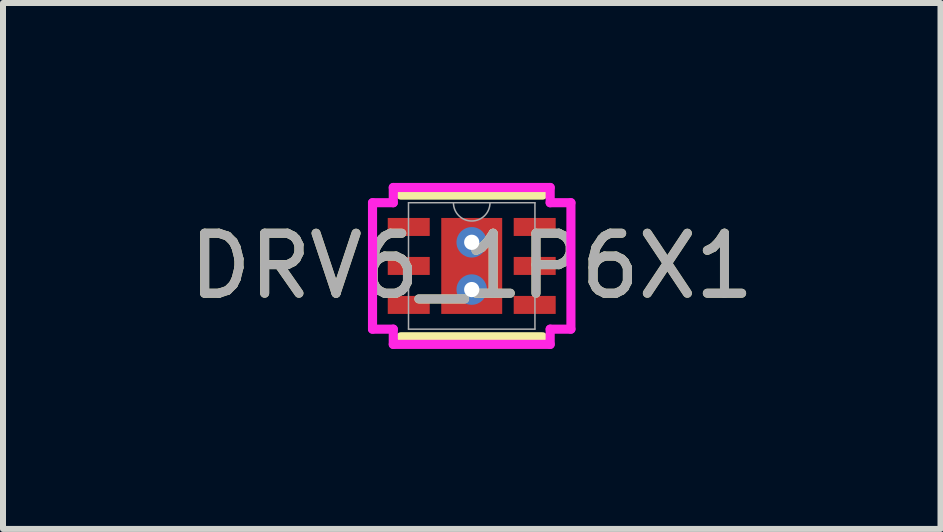
<source format=kicad_pcb>
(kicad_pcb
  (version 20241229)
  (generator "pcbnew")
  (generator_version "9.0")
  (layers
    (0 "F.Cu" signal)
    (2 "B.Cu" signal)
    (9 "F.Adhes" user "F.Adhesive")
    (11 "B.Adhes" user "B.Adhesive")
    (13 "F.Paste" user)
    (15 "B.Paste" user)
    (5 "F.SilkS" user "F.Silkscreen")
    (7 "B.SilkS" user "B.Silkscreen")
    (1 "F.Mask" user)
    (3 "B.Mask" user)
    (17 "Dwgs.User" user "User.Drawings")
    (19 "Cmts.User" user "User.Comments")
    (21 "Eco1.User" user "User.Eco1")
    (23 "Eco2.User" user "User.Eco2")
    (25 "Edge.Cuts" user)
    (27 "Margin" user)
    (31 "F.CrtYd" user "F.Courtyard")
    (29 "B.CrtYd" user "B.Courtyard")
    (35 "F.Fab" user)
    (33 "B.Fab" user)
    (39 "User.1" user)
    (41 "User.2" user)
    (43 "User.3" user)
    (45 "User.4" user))
  (footprint "DRV6_1P6X1"
    (layer "F.Cu")
    (at 4.815 1.384)
    (property "Reference" "DRV6_1P6X1" (at 0 0 0) (unlocked yes) (layer "F.SilkS") (effects (font (size 1 1) (thickness 0.15))))
    (attr smd)
    (fp_poly (pts (xy -0.572 -0.864) (xy -0.2 -0.864) (xy -0.2 0.864) (xy -0.572 0.864)) (stroke (width 0) (type solid)) (fill yes) (layer "F.Mask"))
    (fp_poly (pts (xy -0.572 -0.864) (xy 0.572 -0.864) (xy 0.572 -0.594) (xy -0.572 -0.594)) (stroke (width 0) (type solid)) (fill yes) (layer "F.Mask"))
    (fp_poly (pts (xy -0.572 -0.194) (xy 0.572 -0.194) (xy 0.572 0.194) (xy -0.572 0.194)) (stroke (width 0) (type solid)) (fill yes) (layer "F.Mask"))
    (fp_poly (pts (xy -0.572 0.594) (xy 0.572 0.594) (xy 0.572 0.864) (xy -0.572 0.864)) (stroke (width 0) (type solid)) (fill yes) (layer "F.Mask"))
    (fp_poly (pts (xy 0.2 -0.864) (xy 0.572 -0.864) (xy 0.572 0.864) (xy 0.2 0.864)) (stroke (width 0) (type solid)) (fill yes) (layer "F.Mask"))
    (fp_line (start -1.181 1.181) (end 1.181 1.181) (stroke (width 0.152) (type solid)) (layer "F.SilkS"))
    (fp_line (start 1.181 -1.181) (end -1.181 -1.181) (stroke (width 0.152) (type solid)) (layer "F.SilkS"))
    (fp_poly (pts (xy -0.433 -0.725) (xy -0.433 -0.494) (xy -0.241 -0.494) (xy -0.1 -0.635) (xy -0.1 -0.725)) (stroke (width 0) (type solid)) (fill yes) (layer "F.Paste"))
    (fp_poly (pts (xy -0.433 0.494) (xy -0.433 0.725) (xy -0.1 0.725) (xy -0.1 0.635) (xy -0.241 0.494)) (stroke (width 0) (type solid)) (fill yes) (layer "F.Paste"))
    (fp_poly (pts (xy 0.1 -0.725) (xy 0.1 -0.635) (xy 0.241 -0.494) (xy 0.433 -0.494) (xy 0.433 -0.725)) (stroke (width 0) (type solid)) (fill yes) (layer "F.Paste"))
    (fp_poly (pts (xy 0.241 0.494) (xy 0.1 0.635) (xy 0.1 0.725) (xy 0.433 0.725) (xy 0.433 0.494)) (stroke (width 0) (type solid)) (fill yes) (layer "F.Paste"))
    (fp_poly (pts (xy -0.433 -0.294) (xy -0.433 0.294) (xy -0.241 0.294) (xy -0.1 0.152) (xy -0.1 -0.152) (xy -0.241 -0.294)) (stroke (width 0) (type solid)) (fill yes) (layer "F.Paste"))
    (fp_poly (pts (xy 0.241 -0.294) (xy 0.1 -0.152) (xy 0.1 0.152) (xy 0.241 0.294) (xy 0.433 0.294) (xy 0.433 -0.294)) (stroke (width 0) (type solid)) (fill yes) (layer "F.Paste"))
    (fp_line (start -1.654 -1.054) (end -1.308 -1.054) (stroke (width 0.152) (type solid)) (layer "F.CrtYd"))
    (fp_line (start -1.654 1.054) (end -1.654 -1.054) (stroke (width 0.152) (type solid)) (layer "F.CrtYd"))
    (fp_line (start -1.654 1.054) (end -1.308 1.054) (stroke (width 0.152) (type solid)) (layer "F.CrtYd"))
    (fp_line (start -1.308 -1.308) (end 1.308 -1.308) (stroke (width 0.152) (type solid)) (layer "F.CrtYd"))
    (fp_line (start -1.308 -1.054) (end -1.308 -1.308) (stroke (width 0.152) (type solid)) (layer "F.CrtYd"))
    (fp_line (start -1.308 1.308) (end -1.308 1.054) (stroke (width 0.152) (type solid)) (layer "F.CrtYd"))
    (fp_line (start 1.308 -1.308) (end 1.308 -1.054) (stroke (width 0.152) (type solid)) (layer "F.CrtYd"))
    (fp_line (start 1.308 1.054) (end 1.308 1.308) (stroke (width 0.152) (type solid)) (layer "F.CrtYd"))
    (fp_line (start 1.308 1.308) (end -1.308 1.308) (stroke (width 0.152) (type solid)) (layer "F.CrtYd"))
    (fp_line (start 1.654 -1.054) (end 1.308 -1.054) (stroke (width 0.152) (type solid)) (layer "F.CrtYd"))
    (fp_line (start 1.654 -1.054) (end 1.654 1.054) (stroke (width 0.152) (type solid)) (layer "F.CrtYd"))
    (fp_line (start 1.654 1.054) (end 1.308 1.054) (stroke (width 0.152) (type solid)) (layer "F.CrtYd"))
    (fp_line (start -1.054 -1.054) (end -1.054 1.054) (stroke (width 0.025) (type solid)) (layer "F.Fab"))
    (fp_line (start -1.054 1.054) (end 1.054 1.054) (stroke (width 0.025) (type solid)) (layer "F.Fab"))
    (fp_line (start 1.054 -1.054) (end -1.054 -1.054) (stroke (width 0.025) (type solid)) (layer "F.Fab"))
    (fp_line (start 1.054 1.054) (end 1.054 -1.054) (stroke (width 0.025) (type solid)) (layer "F.Fab"))
    (fp_arc (start 0.3048 -1.0541) (mid 0 -0.7493) (end -0.3048 -1.0541) (stroke (width 0.0254) (type solid)) (layer "F.Fab"))
    (fp_text user "${REFERENCE}" (at 0 0 0) (unlocked yes) (layer "F.Fab") (effects (font (size 1 1) (thickness 0.15))))
    (pad "1" smd rect (at -1.05 -0.65) (size 0.7 0.3) (layers "F.Cu" "F.Mask" "F.Paste"))
    (pad "2" smd rect (at -1.05 0) (size 0.7 0.3) (layers "F.Cu" "F.Mask" "F.Paste"))
    (pad "3" smd rect (at -1.05 0.65) (size 0.7 0.3) (layers "F.Cu" "F.Mask" "F.Paste"))
    (pad "4" smd rect (at 1.05 0.65) (size 0.7 0.3) (layers "F.Cu" "F.Mask" "F.Paste"))
    (pad "5" smd rect (at 1.05 0) (size 0.7 0.3) (layers "F.Cu" "F.Mask" "F.Paste"))
    (pad "6" smd rect (at 1.05 -0.65) (size 0.7 0.3) (layers "F.Cu" "F.Mask" "F.Paste"))
    (pad "7" smd rect (at 0 0) (size 1.016 1.6) (layers "F.Cu"))
    (pad "V" thru_hole circle (at 0 -0.394) (size 0.508 0.508) (drill 0.254) (layers "*.Cu" "*.Mask"))
    (pad "V" thru_hole circle (at 0 0.394) (size 0.508 0.508) (drill 0.254) (layers "*.Cu" "*.Mask")))
  (gr_rect
    (start -3 -3)
    (end 12.631 5.769)
    (stroke (width 0.1) (type default))
    (fill no)
    (layer "Edge.Cuts")))
</source>
